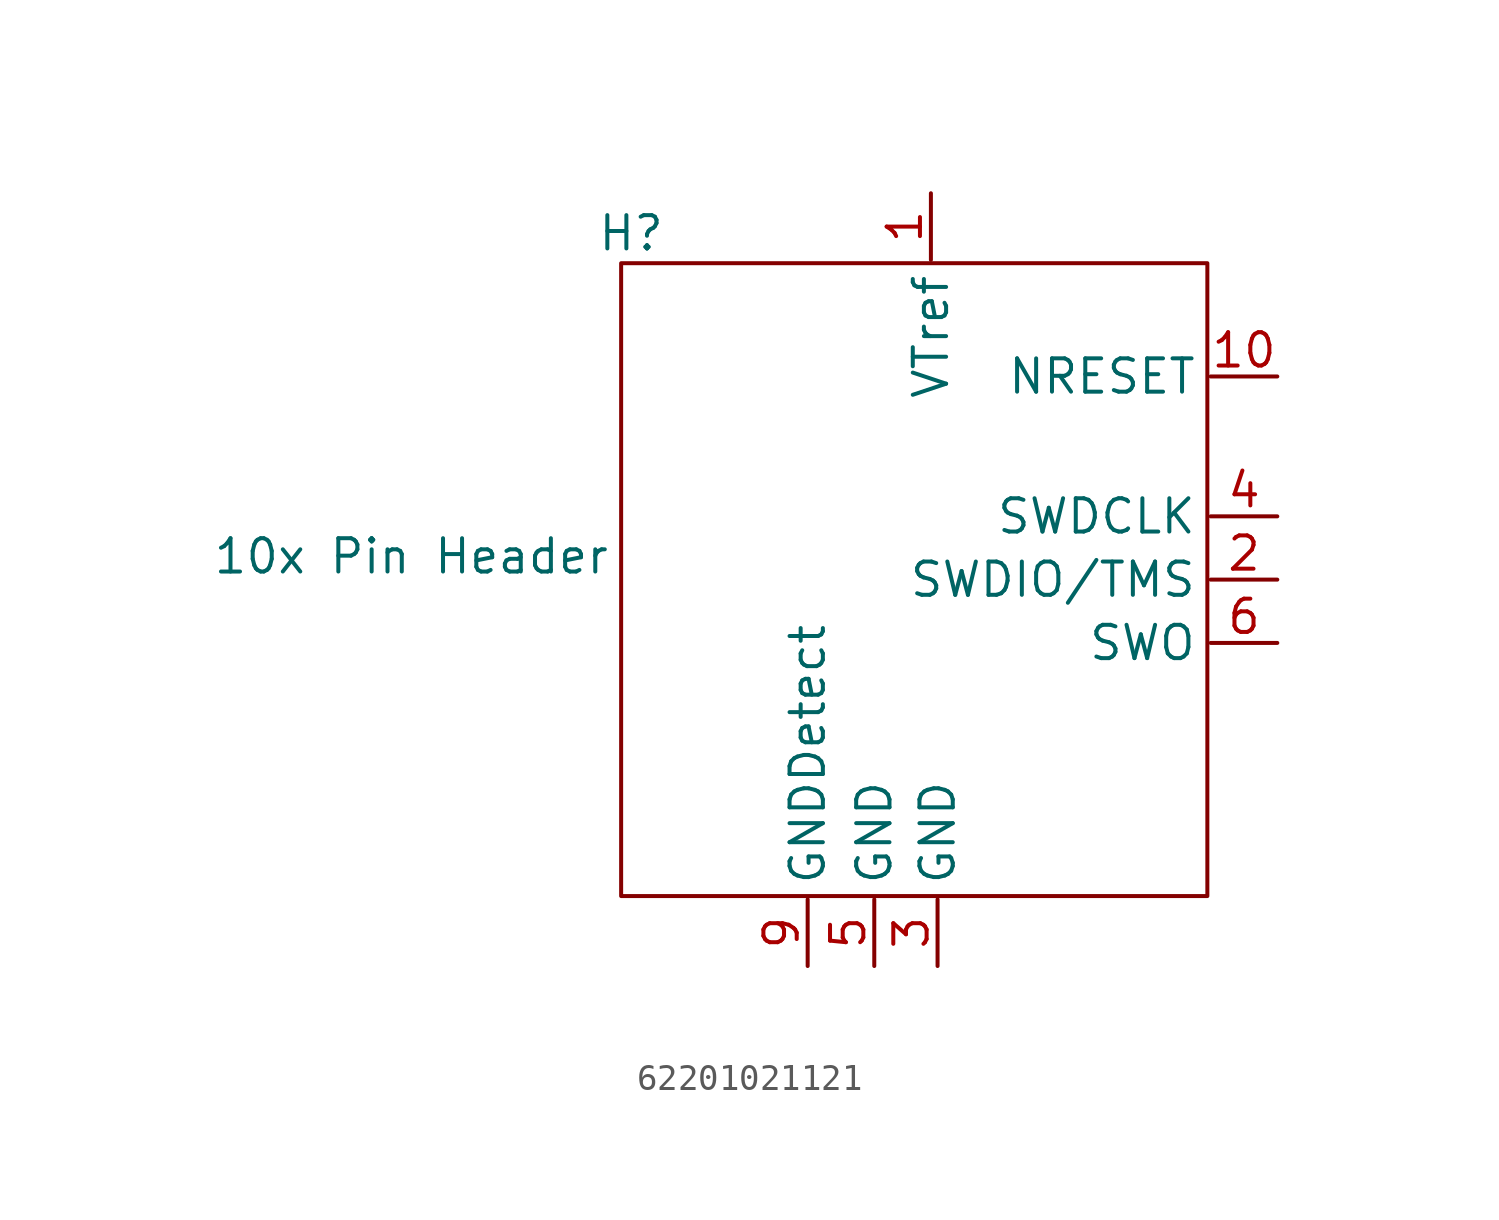
<source format=kicad_sym>
(kicad_symbol_lib
  (version 20220914)
  (generator kicad_symbol_editor)
  (symbol "62201021121"
    (property "Reference" "H"
      (at -11.43 -5.207 0)
      (effects (font (size 1.27 1.27))))
    (property "Value" "10x Pin Header"
      (at -19.812 -17.526 0)
      (effects (font (size 1.27 1.27))))
    (symbol "62201021121_0_1"
      (rectangle (start -11.811 -6.35) (end 10.541 -30.48) (stroke (width 0) (type default)) (fill (type none))))
    (symbol "62201021121_1_1"
      (pin power_in line (at 0 -3.683 270) (length 2.54) (name "VTref" (effects (font (size 1.27 1.27)))) (number "1" (effects (font (size 1.27 1.27)))))
      (pin input line (at 13.208 -10.668 180) (length 2.54) (name "NRESET" (effects (font (size 1.27 1.27)))) (number "10" (effects (font (size 1.27 1.27)))))
      (pin bidirectional line (at 13.208 -18.415 180) (length 2.54) (name "SWDIO/TMS" (effects (font (size 1.27 1.27)))) (number "2" (effects (font (size 1.27 1.27)))))
      (pin power_in line (at 0.254 -33.147 90) (length 2.54) (name "GND" (effects (font (size 1.27 1.27)))) (number "3" (effects (font (size 1.27 1.27)))))
      (pin input line (at 13.208 -16.002 180) (length 2.54) (name "SWDCLK" (effects (font (size 1.27 1.27)))) (number "4" (effects (font (size 1.27 1.27)))))
      (pin power_in line (at -2.159 -33.147 90) (length 2.54) (name "GND" (effects (font (size 1.27 1.27)))) (number "5" (effects (font (size 1.27 1.27)))))
      (pin output line (at 13.208 -20.828 180) (length 2.54) (name "SWO" (effects (font (size 1.27 1.27)))) (number "6" (effects (font (size 1.27 1.27)))))
      (pin power_in line (at -4.699 -33.147 90) (length 2.54) (name "GNDDetect" (effects (font (size 1.27 1.27)))) (number "9" (effects (font (size 1.27 1.27))))))))
</source>
